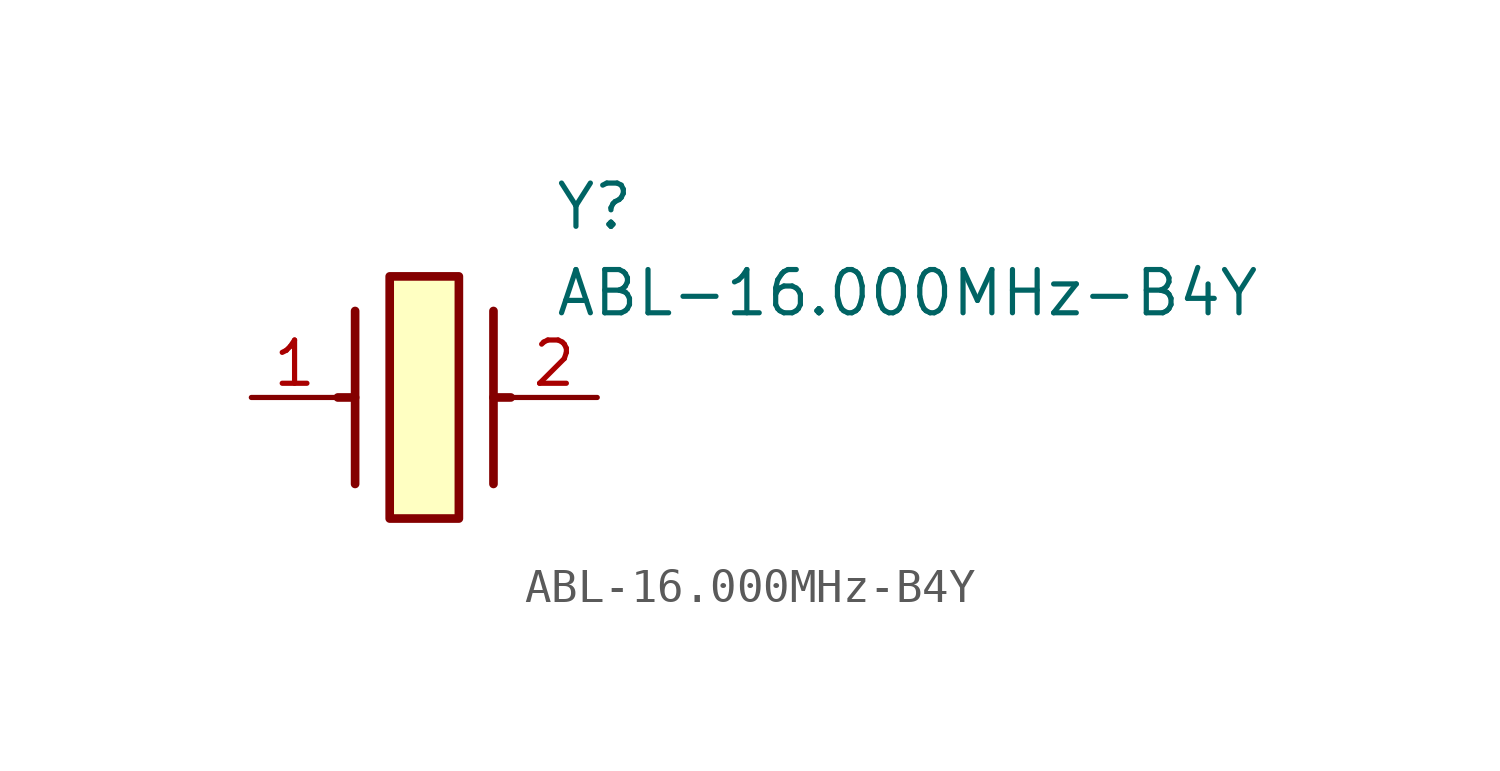
<source format=kicad_sym>
(kicad_symbol_lib
  (version 20211014)
  (generator SamacSys_ECAD_Model)
  (symbol "ABL-16.000MHz-B4Y"
    (pin_names hide)
    (property "Reference" "Y"
      (at 8.89 6.35 0)
      (effects (font (size 1.27 1.27)) (justify left top)))
    (property "Value" "ABL-16.000MHz-B4Y"
      (at 8.89 3.81 0)
      (effects (font (size 1.27 1.27)) (justify left top)))
    (rectangle
      (start 4.064 3.556)
      (end 6.096 -3.556)
      (stroke (width 0.254) (type default))
      (fill (type background)))
    (polyline
      (pts (xy 3.048 2.54) (xy 3.048 -2.54))
      (stroke (width 0.254) (type default))
      (fill (type none)))
    (polyline
      (pts (xy 7.112 2.54) (xy 7.112 -2.54))
      (stroke (width 0.254) (type default))
      (fill (type none)))
    (polyline
      (pts (xy 7.112 0) (xy 7.62 0))
      (stroke (width 0.254) (type default))
      (fill (type none)))
    (polyline
      (pts (xy 3.048 0) (xy 2.54 0))
      (stroke (width 0.254) (type default))
      (fill (type none)))
    (pin passive line
      (at 0 0 0)
      (length 2.54)
      (name "1" (effects (font (size 1.27 1.27))))
      (number "1" (effects (font (size 1.27 1.27)))))
    (pin passive line
      (at 10.16 0 180)
      (length 2.54)
      (name "2" (effects (font (size 1.27 1.27))))
      (number "2" (effects (font (size 1.27 1.27)))))))
</source>
